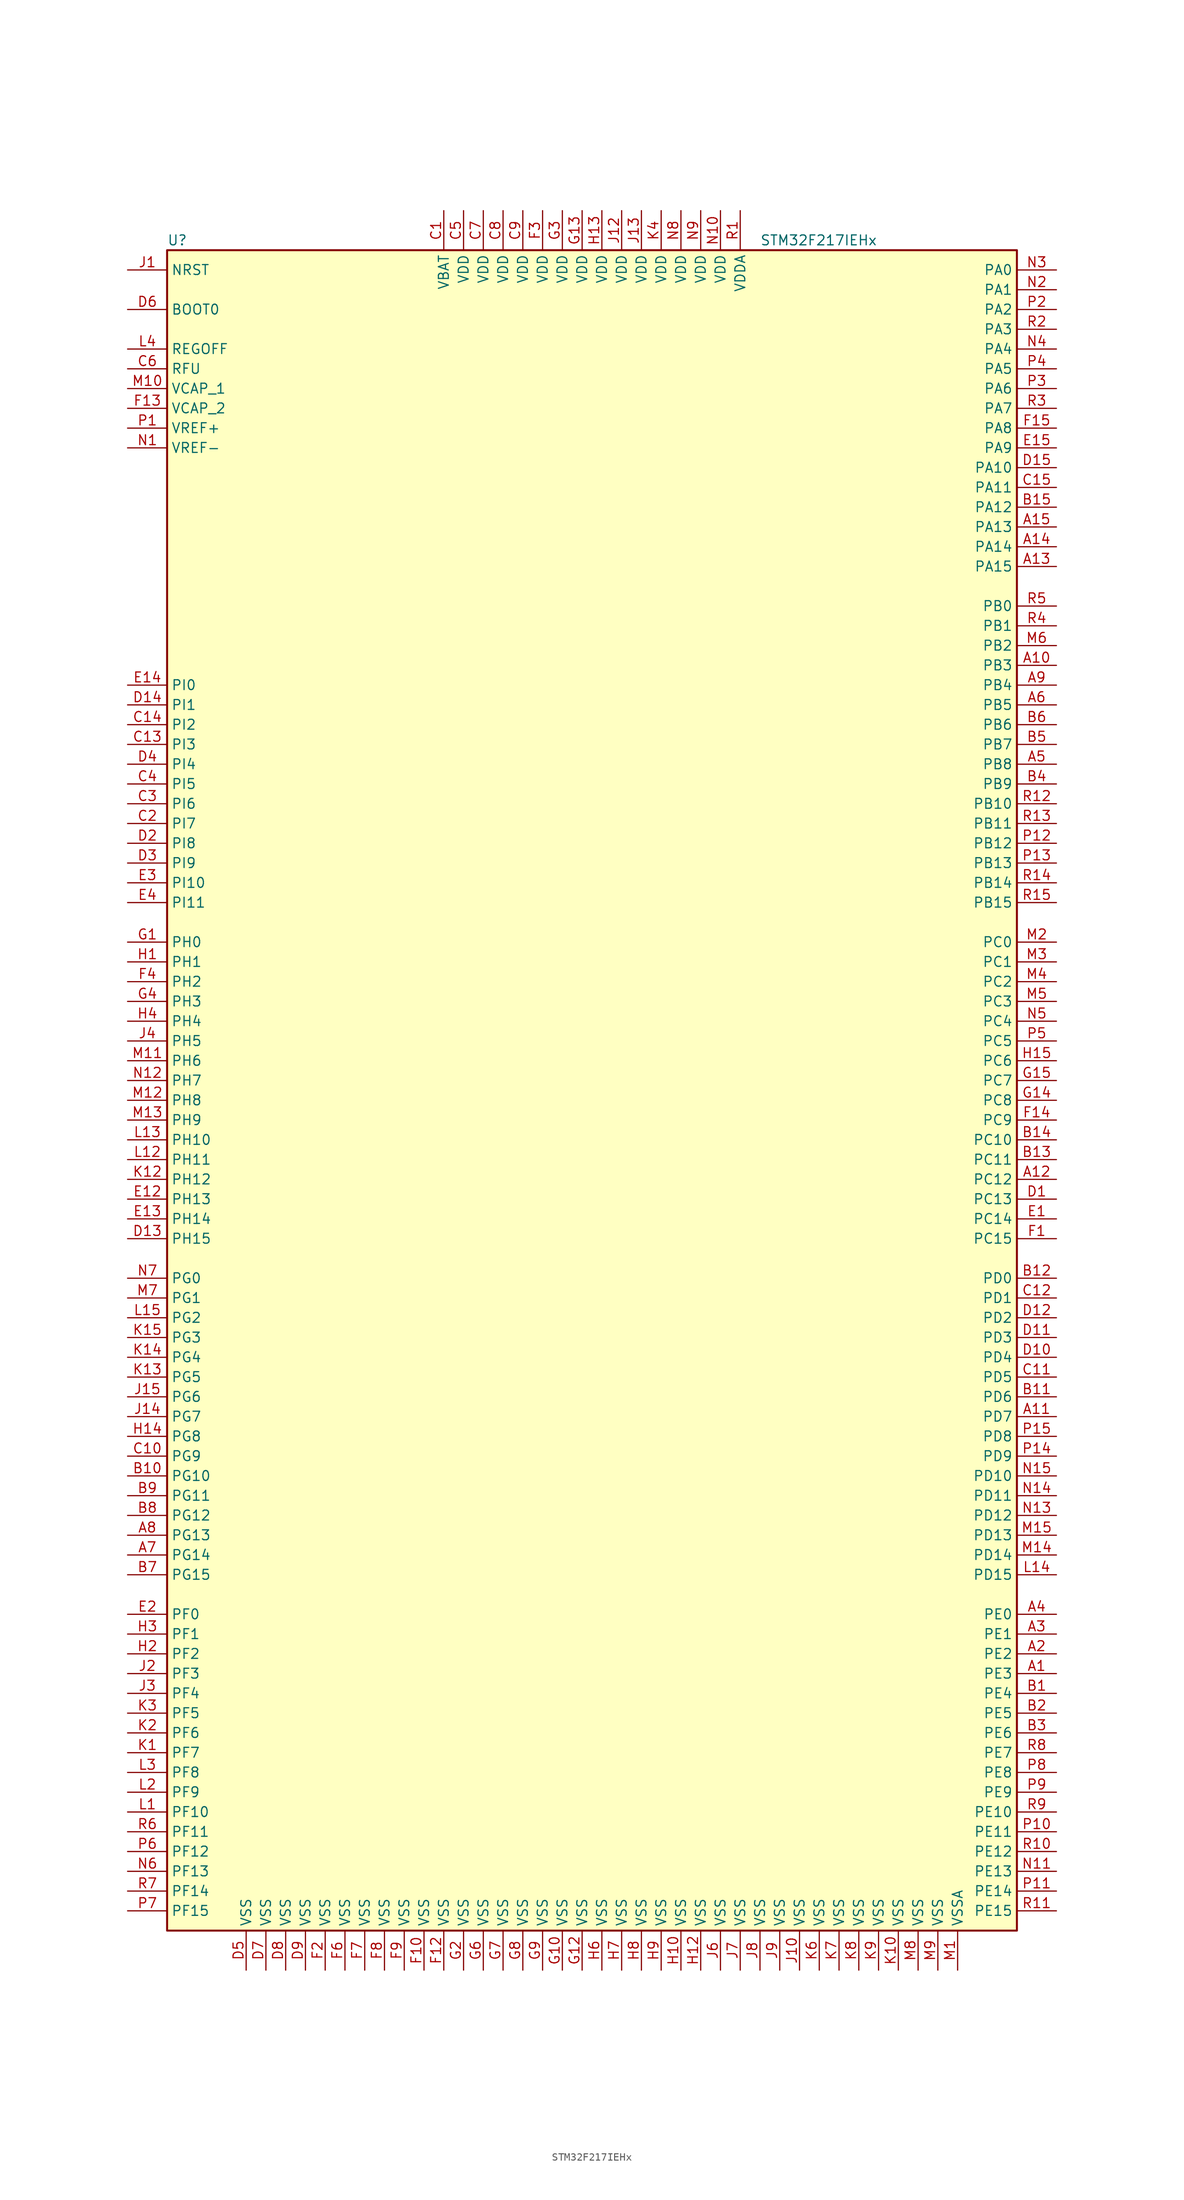
<source format=kicad_sym>
(kicad_symbol_lib
  (version 20201005)
  (generator kicad_symbol_editor)
  (symbol "MCU_ST_STM32F2:STM32F217IEHx"
    (property "Reference" "U"
      (at -55.88 107.95 0)
      (effects (font (size 1.27 1.27)) (justify left)))
    (property "Value" "STM32F217IEHx"
      (at 20.32 107.95 0)
      (effects (font (size 1.27 1.27)) (justify left)))
    (symbol "STM32F217IEHx_0_1"
      (rectangle (start -55.88 -109.22) (end 53.34 106.68) (stroke (width 0.254)) (fill (type background))))
    (symbol "STM32F217IEHx_1_1"
      (pin input line (at -60.96 99.06 0) (length 5.08) (name "BOOT0" (effects (font (size 1.27 1.27)))) (number "D6" (effects (font (size 1.27 1.27)))))
      (pin input line (at -60.96 104.14 0) (length 5.08) (name "NRST" (effects (font (size 1.27 1.27)))) (number "J1" (effects (font (size 1.27 1.27)))))
      (pin bidirectional line (at 58.42 104.14 180) (length 5.08) (name "PA0" (effects (font (size 1.27 1.27)))) (number "N3" (effects (font (size 1.27 1.27)))))
      (pin bidirectional line (at 58.42 101.6 180) (length 5.08) (name "PA1" (effects (font (size 1.27 1.27)))) (number "N2" (effects (font (size 1.27 1.27)))))
      (pin bidirectional line (at 58.42 78.74 180) (length 5.08) (name "PA10" (effects (font (size 1.27 1.27)))) (number "D15" (effects (font (size 1.27 1.27)))))
      (pin bidirectional line (at 58.42 76.2 180) (length 5.08) (name "PA11" (effects (font (size 1.27 1.27)))) (number "C15" (effects (font (size 1.27 1.27)))))
      (pin bidirectional line (at 58.42 73.66 180) (length 5.08) (name "PA12" (effects (font (size 1.27 1.27)))) (number "B15" (effects (font (size 1.27 1.27)))))
      (pin bidirectional line (at 58.42 71.12 180) (length 5.08) (name "PA13" (effects (font (size 1.27 1.27)))) (number "A15" (effects (font (size 1.27 1.27)))))
      (pin bidirectional line (at 58.42 68.58 180) (length 5.08) (name "PA14" (effects (font (size 1.27 1.27)))) (number "A14" (effects (font (size 1.27 1.27)))))
      (pin bidirectional line (at 58.42 66.04 180) (length 5.08) (name "PA15" (effects (font (size 1.27 1.27)))) (number "A13" (effects (font (size 1.27 1.27)))))
      (pin bidirectional line (at 58.42 99.06 180) (length 5.08) (name "PA2" (effects (font (size 1.27 1.27)))) (number "P2" (effects (font (size 1.27 1.27)))))
      (pin bidirectional line (at 58.42 96.52 180) (length 5.08) (name "PA3" (effects (font (size 1.27 1.27)))) (number "R2" (effects (font (size 1.27 1.27)))))
      (pin bidirectional line (at 58.42 93.98 180) (length 5.08) (name "PA4" (effects (font (size 1.27 1.27)))) (number "N4" (effects (font (size 1.27 1.27)))))
      (pin bidirectional line (at 58.42 91.44 180) (length 5.08) (name "PA5" (effects (font (size 1.27 1.27)))) (number "P4" (effects (font (size 1.27 1.27)))))
      (pin bidirectional line (at 58.42 88.9 180) (length 5.08) (name "PA6" (effects (font (size 1.27 1.27)))) (number "P3" (effects (font (size 1.27 1.27)))))
      (pin bidirectional line (at 58.42 86.36 180) (length 5.08) (name "PA7" (effects (font (size 1.27 1.27)))) (number "R3" (effects (font (size 1.27 1.27)))))
      (pin bidirectional line (at 58.42 83.82 180) (length 5.08) (name "PA8" (effects (font (size 1.27 1.27)))) (number "F15" (effects (font (size 1.27 1.27)))))
      (pin bidirectional line (at 58.42 81.28 180) (length 5.08) (name "PA9" (effects (font (size 1.27 1.27)))) (number "E15" (effects (font (size 1.27 1.27)))))
      (pin bidirectional line (at 58.42 60.96 180) (length 5.08) (name "PB0" (effects (font (size 1.27 1.27)))) (number "R5" (effects (font (size 1.27 1.27)))))
      (pin bidirectional line (at 58.42 58.42 180) (length 5.08) (name "PB1" (effects (font (size 1.27 1.27)))) (number "R4" (effects (font (size 1.27 1.27)))))
      (pin bidirectional line (at 58.42 35.56 180) (length 5.08) (name "PB10" (effects (font (size 1.27 1.27)))) (number "R12" (effects (font (size 1.27 1.27)))))
      (pin bidirectional line (at 58.42 33.02 180) (length 5.08) (name "PB11" (effects (font (size 1.27 1.27)))) (number "R13" (effects (font (size 1.27 1.27)))))
      (pin bidirectional line (at 58.42 30.48 180) (length 5.08) (name "PB12" (effects (font (size 1.27 1.27)))) (number "P12" (effects (font (size 1.27 1.27)))))
      (pin bidirectional line (at 58.42 27.94 180) (length 5.08) (name "PB13" (effects (font (size 1.27 1.27)))) (number "P13" (effects (font (size 1.27 1.27)))))
      (pin bidirectional line (at 58.42 25.4 180) (length 5.08) (name "PB14" (effects (font (size 1.27 1.27)))) (number "R14" (effects (font (size 1.27 1.27)))))
      (pin bidirectional line (at 58.42 22.86 180) (length 5.08) (name "PB15" (effects (font (size 1.27 1.27)))) (number "R15" (effects (font (size 1.27 1.27)))))
      (pin bidirectional line (at 58.42 55.88 180) (length 5.08) (name "PB2" (effects (font (size 1.27 1.27)))) (number "M6" (effects (font (size 1.27 1.27)))))
      (pin bidirectional line (at 58.42 53.34 180) (length 5.08) (name "PB3" (effects (font (size 1.27 1.27)))) (number "A10" (effects (font (size 1.27 1.27)))))
      (pin bidirectional line (at 58.42 50.8 180) (length 5.08) (name "PB4" (effects (font (size 1.27 1.27)))) (number "A9" (effects (font (size 1.27 1.27)))))
      (pin bidirectional line (at 58.42 48.26 180) (length 5.08) (name "PB5" (effects (font (size 1.27 1.27)))) (number "A6" (effects (font (size 1.27 1.27)))))
      (pin bidirectional line (at 58.42 45.72 180) (length 5.08) (name "PB6" (effects (font (size 1.27 1.27)))) (number "B6" (effects (font (size 1.27 1.27)))))
      (pin bidirectional line (at 58.42 43.18 180) (length 5.08) (name "PB7" (effects (font (size 1.27 1.27)))) (number "B5" (effects (font (size 1.27 1.27)))))
      (pin bidirectional line (at 58.42 40.64 180) (length 5.08) (name "PB8" (effects (font (size 1.27 1.27)))) (number "A5" (effects (font (size 1.27 1.27)))))
      (pin bidirectional line (at 58.42 38.1 180) (length 5.08) (name "PB9" (effects (font (size 1.27 1.27)))) (number "B4" (effects (font (size 1.27 1.27)))))
      (pin bidirectional line (at 58.42 17.78 180) (length 5.08) (name "PC0" (effects (font (size 1.27 1.27)))) (number "M2" (effects (font (size 1.27 1.27)))))
      (pin bidirectional line (at 58.42 15.24 180) (length 5.08) (name "PC1" (effects (font (size 1.27 1.27)))) (number "M3" (effects (font (size 1.27 1.27)))))
      (pin bidirectional line (at 58.42 -7.62 180) (length 5.08) (name "PC10" (effects (font (size 1.27 1.27)))) (number "B14" (effects (font (size 1.27 1.27)))))
      (pin bidirectional line (at 58.42 -10.16 180) (length 5.08) (name "PC11" (effects (font (size 1.27 1.27)))) (number "B13" (effects (font (size 1.27 1.27)))))
      (pin bidirectional line (at 58.42 -12.7 180) (length 5.08) (name "PC12" (effects (font (size 1.27 1.27)))) (number "A12" (effects (font (size 1.27 1.27)))))
      (pin bidirectional line (at 58.42 -15.24 180) (length 5.08) (name "PC13" (effects (font (size 1.27 1.27)))) (number "D1" (effects (font (size 1.27 1.27)))))
      (pin bidirectional line (at 58.42 -17.78 180) (length 5.08) (name "PC14" (effects (font (size 1.27 1.27)))) (number "E1" (effects (font (size 1.27 1.27)))))
      (pin bidirectional line (at 58.42 -20.32 180) (length 5.08) (name "PC15" (effects (font (size 1.27 1.27)))) (number "F1" (effects (font (size 1.27 1.27)))))
      (pin bidirectional line (at 58.42 12.7 180) (length 5.08) (name "PC2" (effects (font (size 1.27 1.27)))) (number "M4" (effects (font (size 1.27 1.27)))))
      (pin bidirectional line (at 58.42 10.16 180) (length 5.08) (name "PC3" (effects (font (size 1.27 1.27)))) (number "M5" (effects (font (size 1.27 1.27)))))
      (pin bidirectional line (at 58.42 7.62 180) (length 5.08) (name "PC4" (effects (font (size 1.27 1.27)))) (number "N5" (effects (font (size 1.27 1.27)))))
      (pin bidirectional line (at 58.42 5.08 180) (length 5.08) (name "PC5" (effects (font (size 1.27 1.27)))) (number "P5" (effects (font (size 1.27 1.27)))))
      (pin bidirectional line (at 58.42 2.54 180) (length 5.08) (name "PC6" (effects (font (size 1.27 1.27)))) (number "H15" (effects (font (size 1.27 1.27)))))
      (pin bidirectional line (at 58.42 0 180) (length 5.08) (name "PC7" (effects (font (size 1.27 1.27)))) (number "G15" (effects (font (size 1.27 1.27)))))
      (pin bidirectional line (at 58.42 -2.54 180) (length 5.08) (name "PC8" (effects (font (size 1.27 1.27)))) (number "G14" (effects (font (size 1.27 1.27)))))
      (pin bidirectional line (at 58.42 -5.08 180) (length 5.08) (name "PC9" (effects (font (size 1.27 1.27)))) (number "F14" (effects (font (size 1.27 1.27)))))
      (pin bidirectional line (at 58.42 -25.4 180) (length 5.08) (name "PD0" (effects (font (size 1.27 1.27)))) (number "B12" (effects (font (size 1.27 1.27)))))
      (pin bidirectional line (at 58.42 -27.94 180) (length 5.08) (name "PD1" (effects (font (size 1.27 1.27)))) (number "C12" (effects (font (size 1.27 1.27)))))
      (pin bidirectional line (at 58.42 -50.8 180) (length 5.08) (name "PD10" (effects (font (size 1.27 1.27)))) (number "N15" (effects (font (size 1.27 1.27)))))
      (pin bidirectional line (at 58.42 -53.34 180) (length 5.08) (name "PD11" (effects (font (size 1.27 1.27)))) (number "N14" (effects (font (size 1.27 1.27)))))
      (pin bidirectional line (at 58.42 -55.88 180) (length 5.08) (name "PD12" (effects (font (size 1.27 1.27)))) (number "N13" (effects (font (size 1.27 1.27)))))
      (pin bidirectional line (at 58.42 -58.42 180) (length 5.08) (name "PD13" (effects (font (size 1.27 1.27)))) (number "M15" (effects (font (size 1.27 1.27)))))
      (pin bidirectional line (at 58.42 -60.96 180) (length 5.08) (name "PD14" (effects (font (size 1.27 1.27)))) (number "M14" (effects (font (size 1.27 1.27)))))
      (pin bidirectional line (at 58.42 -63.5 180) (length 5.08) (name "PD15" (effects (font (size 1.27 1.27)))) (number "L14" (effects (font (size 1.27 1.27)))))
      (pin bidirectional line (at 58.42 -30.48 180) (length 5.08) (name "PD2" (effects (font (size 1.27 1.27)))) (number "D12" (effects (font (size 1.27 1.27)))))
      (pin bidirectional line (at 58.42 -33.02 180) (length 5.08) (name "PD3" (effects (font (size 1.27 1.27)))) (number "D11" (effects (font (size 1.27 1.27)))))
      (pin bidirectional line (at 58.42 -35.56 180) (length 5.08) (name "PD4" (effects (font (size 1.27 1.27)))) (number "D10" (effects (font (size 1.27 1.27)))))
      (pin bidirectional line (at 58.42 -38.1 180) (length 5.08) (name "PD5" (effects (font (size 1.27 1.27)))) (number "C11" (effects (font (size 1.27 1.27)))))
      (pin bidirectional line (at 58.42 -40.64 180) (length 5.08) (name "PD6" (effects (font (size 1.27 1.27)))) (number "B11" (effects (font (size 1.27 1.27)))))
      (pin bidirectional line (at 58.42 -43.18 180) (length 5.08) (name "PD7" (effects (font (size 1.27 1.27)))) (number "A11" (effects (font (size 1.27 1.27)))))
      (pin bidirectional line (at 58.42 -45.72 180) (length 5.08) (name "PD8" (effects (font (size 1.27 1.27)))) (number "P15" (effects (font (size 1.27 1.27)))))
      (pin bidirectional line (at 58.42 -48.26 180) (length 5.08) (name "PD9" (effects (font (size 1.27 1.27)))) (number "P14" (effects (font (size 1.27 1.27)))))
      (pin bidirectional line (at 58.42 -68.58 180) (length 5.08) (name "PE0" (effects (font (size 1.27 1.27)))) (number "A4" (effects (font (size 1.27 1.27)))))
      (pin bidirectional line (at 58.42 -71.12 180) (length 5.08) (name "PE1" (effects (font (size 1.27 1.27)))) (number "A3" (effects (font (size 1.27 1.27)))))
      (pin bidirectional line (at 58.42 -93.98 180) (length 5.08) (name "PE10" (effects (font (size 1.27 1.27)))) (number "R9" (effects (font (size 1.27 1.27)))))
      (pin bidirectional line (at 58.42 -96.52 180) (length 5.08) (name "PE11" (effects (font (size 1.27 1.27)))) (number "P10" (effects (font (size 1.27 1.27)))))
      (pin bidirectional line (at 58.42 -99.06 180) (length 5.08) (name "PE12" (effects (font (size 1.27 1.27)))) (number "R10" (effects (font (size 1.27 1.27)))))
      (pin bidirectional line (at 58.42 -101.6 180) (length 5.08) (name "PE13" (effects (font (size 1.27 1.27)))) (number "N11" (effects (font (size 1.27 1.27)))))
      (pin bidirectional line (at 58.42 -104.14 180) (length 5.08) (name "PE14" (effects (font (size 1.27 1.27)))) (number "P11" (effects (font (size 1.27 1.27)))))
      (pin bidirectional line (at 58.42 -106.68 180) (length 5.08) (name "PE15" (effects (font (size 1.27 1.27)))) (number "R11" (effects (font (size 1.27 1.27)))))
      (pin bidirectional line (at 58.42 -73.66 180) (length 5.08) (name "PE2" (effects (font (size 1.27 1.27)))) (number "A2" (effects (font (size 1.27 1.27)))))
      (pin bidirectional line (at 58.42 -76.2 180) (length 5.08) (name "PE3" (effects (font (size 1.27 1.27)))) (number "A1" (effects (font (size 1.27 1.27)))))
      (pin bidirectional line (at 58.42 -78.74 180) (length 5.08) (name "PE4" (effects (font (size 1.27 1.27)))) (number "B1" (effects (font (size 1.27 1.27)))))
      (pin bidirectional line (at 58.42 -81.28 180) (length 5.08) (name "PE5" (effects (font (size 1.27 1.27)))) (number "B2" (effects (font (size 1.27 1.27)))))
      (pin bidirectional line (at 58.42 -83.82 180) (length 5.08) (name "PE6" (effects (font (size 1.27 1.27)))) (number "B3" (effects (font (size 1.27 1.27)))))
      (pin bidirectional line (at 58.42 -86.36 180) (length 5.08) (name "PE7" (effects (font (size 1.27 1.27)))) (number "R8" (effects (font (size 1.27 1.27)))))
      (pin bidirectional line (at 58.42 -88.9 180) (length 5.08) (name "PE8" (effects (font (size 1.27 1.27)))) (number "P8" (effects (font (size 1.27 1.27)))))
      (pin bidirectional line (at 58.42 -91.44 180) (length 5.08) (name "PE9" (effects (font (size 1.27 1.27)))) (number "P9" (effects (font (size 1.27 1.27)))))
      (pin bidirectional line (at -60.96 -68.58 0) (length 5.08) (name "PF0" (effects (font (size 1.27 1.27)))) (number "E2" (effects (font (size 1.27 1.27)))))
      (pin bidirectional line (at -60.96 -71.12 0) (length 5.08) (name "PF1" (effects (font (size 1.27 1.27)))) (number "H3" (effects (font (size 1.27 1.27)))))
      (pin bidirectional line (at -60.96 -93.98 0) (length 5.08) (name "PF10" (effects (font (size 1.27 1.27)))) (number "L1" (effects (font (size 1.27 1.27)))))
      (pin bidirectional line (at -60.96 -96.52 0) (length 5.08) (name "PF11" (effects (font (size 1.27 1.27)))) (number "R6" (effects (font (size 1.27 1.27)))))
      (pin bidirectional line (at -60.96 -99.06 0) (length 5.08) (name "PF12" (effects (font (size 1.27 1.27)))) (number "P6" (effects (font (size 1.27 1.27)))))
      (pin bidirectional line (at -60.96 -101.6 0) (length 5.08) (name "PF13" (effects (font (size 1.27 1.27)))) (number "N6" (effects (font (size 1.27 1.27)))))
      (pin bidirectional line (at -60.96 -104.14 0) (length 5.08) (name "PF14" (effects (font (size 1.27 1.27)))) (number "R7" (effects (font (size 1.27 1.27)))))
      (pin bidirectional line (at -60.96 -106.68 0) (length 5.08) (name "PF15" (effects (font (size 1.27 1.27)))) (number "P7" (effects (font (size 1.27 1.27)))))
      (pin bidirectional line (at -60.96 -73.66 0) (length 5.08) (name "PF2" (effects (font (size 1.27 1.27)))) (number "H2" (effects (font (size 1.27 1.27)))))
      (pin bidirectional line (at -60.96 -76.2 0) (length 5.08) (name "PF3" (effects (font (size 1.27 1.27)))) (number "J2" (effects (font (size 1.27 1.27)))))
      (pin bidirectional line (at -60.96 -78.74 0) (length 5.08) (name "PF4" (effects (font (size 1.27 1.27)))) (number "J3" (effects (font (size 1.27 1.27)))))
      (pin bidirectional line (at -60.96 -81.28 0) (length 5.08) (name "PF5" (effects (font (size 1.27 1.27)))) (number "K3" (effects (font (size 1.27 1.27)))))
      (pin bidirectional line (at -60.96 -83.82 0) (length 5.08) (name "PF6" (effects (font (size 1.27 1.27)))) (number "K2" (effects (font (size 1.27 1.27)))))
      (pin bidirectional line (at -60.96 -86.36 0) (length 5.08) (name "PF7" (effects (font (size 1.27 1.27)))) (number "K1" (effects (font (size 1.27 1.27)))))
      (pin bidirectional line (at -60.96 -88.9 0) (length 5.08) (name "PF8" (effects (font (size 1.27 1.27)))) (number "L3" (effects (font (size 1.27 1.27)))))
      (pin bidirectional line (at -60.96 -91.44 0) (length 5.08) (name "PF9" (effects (font (size 1.27 1.27)))) (number "L2" (effects (font (size 1.27 1.27)))))
      (pin bidirectional line (at -60.96 -25.4 0) (length 5.08) (name "PG0" (effects (font (size 1.27 1.27)))) (number "N7" (effects (font (size 1.27 1.27)))))
      (pin bidirectional line (at -60.96 -27.94 0) (length 5.08) (name "PG1" (effects (font (size 1.27 1.27)))) (number "M7" (effects (font (size 1.27 1.27)))))
      (pin bidirectional line (at -60.96 -50.8 0) (length 5.08) (name "PG10" (effects (font (size 1.27 1.27)))) (number "B10" (effects (font (size 1.27 1.27)))))
      (pin bidirectional line (at -60.96 -53.34 0) (length 5.08) (name "PG11" (effects (font (size 1.27 1.27)))) (number "B9" (effects (font (size 1.27 1.27)))))
      (pin bidirectional line (at -60.96 -55.88 0) (length 5.08) (name "PG12" (effects (font (size 1.27 1.27)))) (number "B8" (effects (font (size 1.27 1.27)))))
      (pin bidirectional line (at -60.96 -58.42 0) (length 5.08) (name "PG13" (effects (font (size 1.27 1.27)))) (number "A8" (effects (font (size 1.27 1.27)))))
      (pin bidirectional line (at -60.96 -60.96 0) (length 5.08) (name "PG14" (effects (font (size 1.27 1.27)))) (number "A7" (effects (font (size 1.27 1.27)))))
      (pin bidirectional line (at -60.96 -63.5 0) (length 5.08) (name "PG15" (effects (font (size 1.27 1.27)))) (number "B7" (effects (font (size 1.27 1.27)))))
      (pin bidirectional line (at -60.96 -30.48 0) (length 5.08) (name "PG2" (effects (font (size 1.27 1.27)))) (number "L15" (effects (font (size 1.27 1.27)))))
      (pin bidirectional line (at -60.96 -33.02 0) (length 5.08) (name "PG3" (effects (font (size 1.27 1.27)))) (number "K15" (effects (font (size 1.27 1.27)))))
      (pin bidirectional line (at -60.96 -35.56 0) (length 5.08) (name "PG4" (effects (font (size 1.27 1.27)))) (number "K14" (effects (font (size 1.27 1.27)))))
      (pin bidirectional line (at -60.96 -38.1 0) (length 5.08) (name "PG5" (effects (font (size 1.27 1.27)))) (number "K13" (effects (font (size 1.27 1.27)))))
      (pin bidirectional line (at -60.96 -40.64 0) (length 5.08) (name "PG6" (effects (font (size 1.27 1.27)))) (number "J15" (effects (font (size 1.27 1.27)))))
      (pin bidirectional line (at -60.96 -43.18 0) (length 5.08) (name "PG7" (effects (font (size 1.27 1.27)))) (number "J14" (effects (font (size 1.27 1.27)))))
      (pin bidirectional line (at -60.96 -45.72 0) (length 5.08) (name "PG8" (effects (font (size 1.27 1.27)))) (number "H14" (effects (font (size 1.27 1.27)))))
      (pin bidirectional line (at -60.96 -48.26 0) (length 5.08) (name "PG9" (effects (font (size 1.27 1.27)))) (number "C10" (effects (font (size 1.27 1.27)))))
      (pin input line (at -60.96 17.78 0) (length 5.08) (name "PH0" (effects (font (size 1.27 1.27)))) (number "G1" (effects (font (size 1.27 1.27)))))
      (pin input line (at -60.96 15.24 0) (length 5.08) (name "PH1" (effects (font (size 1.27 1.27)))) (number "H1" (effects (font (size 1.27 1.27)))))
      (pin bidirectional line (at -60.96 -7.62 0) (length 5.08) (name "PH10" (effects (font (size 1.27 1.27)))) (number "L13" (effects (font (size 1.27 1.27)))))
      (pin bidirectional line (at -60.96 -10.16 0) (length 5.08) (name "PH11" (effects (font (size 1.27 1.27)))) (number "L12" (effects (font (size 1.27 1.27)))))
      (pin bidirectional line (at -60.96 -12.7 0) (length 5.08) (name "PH12" (effects (font (size 1.27 1.27)))) (number "K12" (effects (font (size 1.27 1.27)))))
      (pin bidirectional line (at -60.96 -15.24 0) (length 5.08) (name "PH13" (effects (font (size 1.27 1.27)))) (number "E12" (effects (font (size 1.27 1.27)))))
      (pin bidirectional line (at -60.96 -17.78 0) (length 5.08) (name "PH14" (effects (font (size 1.27 1.27)))) (number "E13" (effects (font (size 1.27 1.27)))))
      (pin bidirectional line (at -60.96 -20.32 0) (length 5.08) (name "PH15" (effects (font (size 1.27 1.27)))) (number "D13" (effects (font (size 1.27 1.27)))))
      (pin bidirectional line (at -60.96 12.7 0) (length 5.08) (name "PH2" (effects (font (size 1.27 1.27)))) (number "F4" (effects (font (size 1.27 1.27)))))
      (pin bidirectional line (at -60.96 10.16 0) (length 5.08) (name "PH3" (effects (font (size 1.27 1.27)))) (number "G4" (effects (font (size 1.27 1.27)))))
      (pin bidirectional line (at -60.96 7.62 0) (length 5.08) (name "PH4" (effects (font (size 1.27 1.27)))) (number "H4" (effects (font (size 1.27 1.27)))))
      (pin bidirectional line (at -60.96 5.08 0) (length 5.08) (name "PH5" (effects (font (size 1.27 1.27)))) (number "J4" (effects (font (size 1.27 1.27)))))
      (pin bidirectional line (at -60.96 2.54 0) (length 5.08) (name "PH6" (effects (font (size 1.27 1.27)))) (number "M11" (effects (font (size 1.27 1.27)))))
      (pin bidirectional line (at -60.96 0 0) (length 5.08) (name "PH7" (effects (font (size 1.27 1.27)))) (number "N12" (effects (font (size 1.27 1.27)))))
      (pin bidirectional line (at -60.96 -2.54 0) (length 5.08) (name "PH8" (effects (font (size 1.27 1.27)))) (number "M12" (effects (font (size 1.27 1.27)))))
      (pin bidirectional line (at -60.96 -5.08 0) (length 5.08) (name "PH9" (effects (font (size 1.27 1.27)))) (number "M13" (effects (font (size 1.27 1.27)))))
      (pin bidirectional line (at -60.96 50.8 0) (length 5.08) (name "PI0" (effects (font (size 1.27 1.27)))) (number "E14" (effects (font (size 1.27 1.27)))))
      (pin bidirectional line (at -60.96 48.26 0) (length 5.08) (name "PI1" (effects (font (size 1.27 1.27)))) (number "D14" (effects (font (size 1.27 1.27)))))
      (pin bidirectional line (at -60.96 25.4 0) (length 5.08) (name "PI10" (effects (font (size 1.27 1.27)))) (number "E3" (effects (font (size 1.27 1.27)))))
      (pin bidirectional line (at -60.96 22.86 0) (length 5.08) (name "PI11" (effects (font (size 1.27 1.27)))) (number "E4" (effects (font (size 1.27 1.27)))))
      (pin bidirectional line (at -60.96 45.72 0) (length 5.08) (name "PI2" (effects (font (size 1.27 1.27)))) (number "C14" (effects (font (size 1.27 1.27)))))
      (pin bidirectional line (at -60.96 43.18 0) (length 5.08) (name "PI3" (effects (font (size 1.27 1.27)))) (number "C13" (effects (font (size 1.27 1.27)))))
      (pin bidirectional line (at -60.96 40.64 0) (length 5.08) (name "PI4" (effects (font (size 1.27 1.27)))) (number "D4" (effects (font (size 1.27 1.27)))))
      (pin bidirectional line (at -60.96 38.1 0) (length 5.08) (name "PI5" (effects (font (size 1.27 1.27)))) (number "C4" (effects (font (size 1.27 1.27)))))
      (pin bidirectional line (at -60.96 35.56 0) (length 5.08) (name "PI6" (effects (font (size 1.27 1.27)))) (number "C3" (effects (font (size 1.27 1.27)))))
      (pin bidirectional line (at -60.96 33.02 0) (length 5.08) (name "PI7" (effects (font (size 1.27 1.27)))) (number "C2" (effects (font (size 1.27 1.27)))))
      (pin bidirectional line (at -60.96 30.48 0) (length 5.08) (name "PI8" (effects (font (size 1.27 1.27)))) (number "D2" (effects (font (size 1.27 1.27)))))
      (pin bidirectional line (at -60.96 27.94 0) (length 5.08) (name "PI9" (effects (font (size 1.27 1.27)))) (number "D3" (effects (font (size 1.27 1.27)))))
      (pin power_in line (at -60.96 93.98 0) (length 5.08) (name "REGOFF" (effects (font (size 1.27 1.27)))) (number "L4" (effects (font (size 1.27 1.27)))))
      (pin power_in line (at -60.96 91.44 0) (length 5.08) (name "RFU" (effects (font (size 1.27 1.27)))) (number "C6" (effects (font (size 1.27 1.27)))))
      (pin power_in line (at -20.32 111.76 270) (length 5.08) (name "VBAT" (effects (font (size 1.27 1.27)))) (number "C1" (effects (font (size 1.27 1.27)))))
      (pin power_in line (at -60.96 88.9 0) (length 5.08) (name "VCAP_1" (effects (font (size 1.27 1.27)))) (number "M10" (effects (font (size 1.27 1.27)))))
      (pin power_in line (at -60.96 86.36 0) (length 5.08) (name "VCAP_2" (effects (font (size 1.27 1.27)))) (number "F13" (effects (font (size 1.27 1.27)))))
      (pin power_in line (at -17.78 111.76 270) (length 5.08) (name "VDD" (effects (font (size 1.27 1.27)))) (number "C5" (effects (font (size 1.27 1.27)))))
      (pin power_in line (at -15.24 111.76 270) (length 5.08) (name "VDD" (effects (font (size 1.27 1.27)))) (number "C7" (effects (font (size 1.27 1.27)))))
      (pin power_in line (at -12.7 111.76 270) (length 5.08) (name "VDD" (effects (font (size 1.27 1.27)))) (number "C8" (effects (font (size 1.27 1.27)))))
      (pin power_in line (at -10.16 111.76 270) (length 5.08) (name "VDD" (effects (font (size 1.27 1.27)))) (number "C9" (effects (font (size 1.27 1.27)))))
      (pin power_in line (at -7.62 111.76 270) (length 5.08) (name "VDD" (effects (font (size 1.27 1.27)))) (number "F3" (effects (font (size 1.27 1.27)))))
      (pin power_in line (at -2.54 111.76 270) (length 5.08) (name "VDD" (effects (font (size 1.27 1.27)))) (number "G13" (effects (font (size 1.27 1.27)))))
      (pin power_in line (at -5.08 111.76 270) (length 5.08) (name "VDD" (effects (font (size 1.27 1.27)))) (number "G3" (effects (font (size 1.27 1.27)))))
      (pin power_in line (at 0 111.76 270) (length 5.08) (name "VDD" (effects (font (size 1.27 1.27)))) (number "H13" (effects (font (size 1.27 1.27)))))
      (pin power_in line (at 2.54 111.76 270) (length 5.08) (name "VDD" (effects (font (size 1.27 1.27)))) (number "J12" (effects (font (size 1.27 1.27)))))
      (pin power_in line (at 5.08 111.76 270) (length 5.08) (name "VDD" (effects (font (size 1.27 1.27)))) (number "J13" (effects (font (size 1.27 1.27)))))
      (pin power_in line (at 7.62 111.76 270) (length 5.08) (name "VDD" (effects (font (size 1.27 1.27)))) (number "K4" (effects (font (size 1.27 1.27)))))
      (pin power_in line (at 15.24 111.76 270) (length 5.08) (name "VDD" (effects (font (size 1.27 1.27)))) (number "N10" (effects (font (size 1.27 1.27)))))
      (pin power_in line (at 10.16 111.76 270) (length 5.08) (name "VDD" (effects (font (size 1.27 1.27)))) (number "N8" (effects (font (size 1.27 1.27)))))
      (pin power_in line (at 12.7 111.76 270) (length 5.08) (name "VDD" (effects (font (size 1.27 1.27)))) (number "N9" (effects (font (size 1.27 1.27)))))
      (pin power_in line (at 17.78 111.76 270) (length 5.08) (name "VDDA" (effects (font (size 1.27 1.27)))) (number "R1" (effects (font (size 1.27 1.27)))))
      (pin power_in line (at -60.96 83.82 0) (length 5.08) (name "VREF+" (effects (font (size 1.27 1.27)))) (number "P1" (effects (font (size 1.27 1.27)))))
      (pin power_in line (at -60.96 81.28 0) (length 5.08) (name "VREF-" (effects (font (size 1.27 1.27)))) (number "N1" (effects (font (size 1.27 1.27)))))
      (pin power_in line (at -45.72 -114.3 90) (length 5.08) (name "VSS" (effects (font (size 1.27 1.27)))) (number "D5" (effects (font (size 1.27 1.27)))))
      (pin power_in line (at -43.18 -114.3 90) (length 5.08) (name "VSS" (effects (font (size 1.27 1.27)))) (number "D7" (effects (font (size 1.27 1.27)))))
      (pin power_in line (at -40.64 -114.3 90) (length 5.08) (name "VSS" (effects (font (size 1.27 1.27)))) (number "D8" (effects (font (size 1.27 1.27)))))
      (pin power_in line (at -38.1 -114.3 90) (length 5.08) (name "VSS" (effects (font (size 1.27 1.27)))) (number "D9" (effects (font (size 1.27 1.27)))))
      (pin power_in line (at -22.86 -114.3 90) (length 5.08) (name "VSS" (effects (font (size 1.27 1.27)))) (number "F10" (effects (font (size 1.27 1.27)))))
      (pin power_in line (at -20.32 -114.3 90) (length 5.08) (name "VSS" (effects (font (size 1.27 1.27)))) (number "F12" (effects (font (size 1.27 1.27)))))
      (pin power_in line (at -35.56 -114.3 90) (length 5.08) (name "VSS" (effects (font (size 1.27 1.27)))) (number "F2" (effects (font (size 1.27 1.27)))))
      (pin power_in line (at -33.02 -114.3 90) (length 5.08) (name "VSS" (effects (font (size 1.27 1.27)))) (number "F6" (effects (font (size 1.27 1.27)))))
      (pin power_in line (at -30.48 -114.3 90) (length 5.08) (name "VSS" (effects (font (size 1.27 1.27)))) (number "F7" (effects (font (size 1.27 1.27)))))
      (pin power_in line (at -27.94 -114.3 90) (length 5.08) (name "VSS" (effects (font (size 1.27 1.27)))) (number "F8" (effects (font (size 1.27 1.27)))))
      (pin power_in line (at -25.4 -114.3 90) (length 5.08) (name "VSS" (effects (font (size 1.27 1.27)))) (number "F9" (effects (font (size 1.27 1.27)))))
      (pin power_in line (at -5.08 -114.3 90) (length 5.08) (name "VSS" (effects (font (size 1.27 1.27)))) (number "G10" (effects (font (size 1.27 1.27)))))
      (pin power_in line (at -2.54 -114.3 90) (length 5.08) (name "VSS" (effects (font (size 1.27 1.27)))) (number "G12" (effects (font (size 1.27 1.27)))))
      (pin power_in line (at -17.78 -114.3 90) (length 5.08) (name "VSS" (effects (font (size 1.27 1.27)))) (number "G2" (effects (font (size 1.27 1.27)))))
      (pin power_in line (at -15.24 -114.3 90) (length 5.08) (name "VSS" (effects (font (size 1.27 1.27)))) (number "G6" (effects (font (size 1.27 1.27)))))
      (pin power_in line (at -12.7 -114.3 90) (length 5.08) (name "VSS" (effects (font (size 1.27 1.27)))) (number "G7" (effects (font (size 1.27 1.27)))))
      (pin power_in line (at -10.16 -114.3 90) (length 5.08) (name "VSS" (effects (font (size 1.27 1.27)))) (number "G8" (effects (font (size 1.27 1.27)))))
      (pin power_in line (at -7.62 -114.3 90) (length 5.08) (name "VSS" (effects (font (size 1.27 1.27)))) (number "G9" (effects (font (size 1.27 1.27)))))
      (pin power_in line (at 10.16 -114.3 90) (length 5.08) (name "VSS" (effects (font (size 1.27 1.27)))) (number "H10" (effects (font (size 1.27 1.27)))))
      (pin power_in line (at 12.7 -114.3 90) (length 5.08) (name "VSS" (effects (font (size 1.27 1.27)))) (number "H12" (effects (font (size 1.27 1.27)))))
      (pin power_in line (at 0 -114.3 90) (length 5.08) (name "VSS" (effects (font (size 1.27 1.27)))) (number "H6" (effects (font (size 1.27 1.27)))))
      (pin power_in line (at 2.54 -114.3 90) (length 5.08) (name "VSS" (effects (font (size 1.27 1.27)))) (number "H7" (effects (font (size 1.27 1.27)))))
      (pin power_in line (at 5.08 -114.3 90) (length 5.08) (name "VSS" (effects (font (size 1.27 1.27)))) (number "H8" (effects (font (size 1.27 1.27)))))
      (pin power_in line (at 7.62 -114.3 90) (length 5.08) (name "VSS" (effects (font (size 1.27 1.27)))) (number "H9" (effects (font (size 1.27 1.27)))))
      (pin power_in line (at 25.4 -114.3 90) (length 5.08) (name "VSS" (effects (font (size 1.27 1.27)))) (number "J10" (effects (font (size 1.27 1.27)))))
      (pin power_in line (at 15.24 -114.3 90) (length 5.08) (name "VSS" (effects (font (size 1.27 1.27)))) (number "J6" (effects (font (size 1.27 1.27)))))
      (pin power_in line (at 17.78 -114.3 90) (length 5.08) (name "VSS" (effects (font (size 1.27 1.27)))) (number "J7" (effects (font (size 1.27 1.27)))))
      (pin power_in line (at 20.32 -114.3 90) (length 5.08) (name "VSS" (effects (font (size 1.27 1.27)))) (number "J8" (effects (font (size 1.27 1.27)))))
      (pin power_in line (at 22.86 -114.3 90) (length 5.08) (name "VSS" (effects (font (size 1.27 1.27)))) (number "J9" (effects (font (size 1.27 1.27)))))
      (pin power_in line (at 38.1 -114.3 90) (length 5.08) (name "VSS" (effects (font (size 1.27 1.27)))) (number "K10" (effects (font (size 1.27 1.27)))))
      (pin power_in line (at 27.94 -114.3 90) (length 5.08) (name "VSS" (effects (font (size 1.27 1.27)))) (number "K6" (effects (font (size 1.27 1.27)))))
      (pin power_in line (at 30.48 -114.3 90) (length 5.08) (name "VSS" (effects (font (size 1.27 1.27)))) (number "K7" (effects (font (size 1.27 1.27)))))
      (pin power_in line (at 33.02 -114.3 90) (length 5.08) (name "VSS" (effects (font (size 1.27 1.27)))) (number "K8" (effects (font (size 1.27 1.27)))))
      (pin power_in line (at 35.56 -114.3 90) (length 5.08) (name "VSS" (effects (font (size 1.27 1.27)))) (number "K9" (effects (font (size 1.27 1.27)))))
      (pin power_in line (at 40.64 -114.3 90) (length 5.08) (name "VSS" (effects (font (size 1.27 1.27)))) (number "M8" (effects (font (size 1.27 1.27)))))
      (pin power_in line (at 43.18 -114.3 90) (length 5.08) (name "VSS" (effects (font (size 1.27 1.27)))) (number "M9" (effects (font (size 1.27 1.27)))))
      (pin power_in line (at 45.72 -114.3 90) (length 5.08) (name "VSSA" (effects (font (size 1.27 1.27)))) (number "M1" (effects (font (size 1.27 1.27))))))))
</source>
